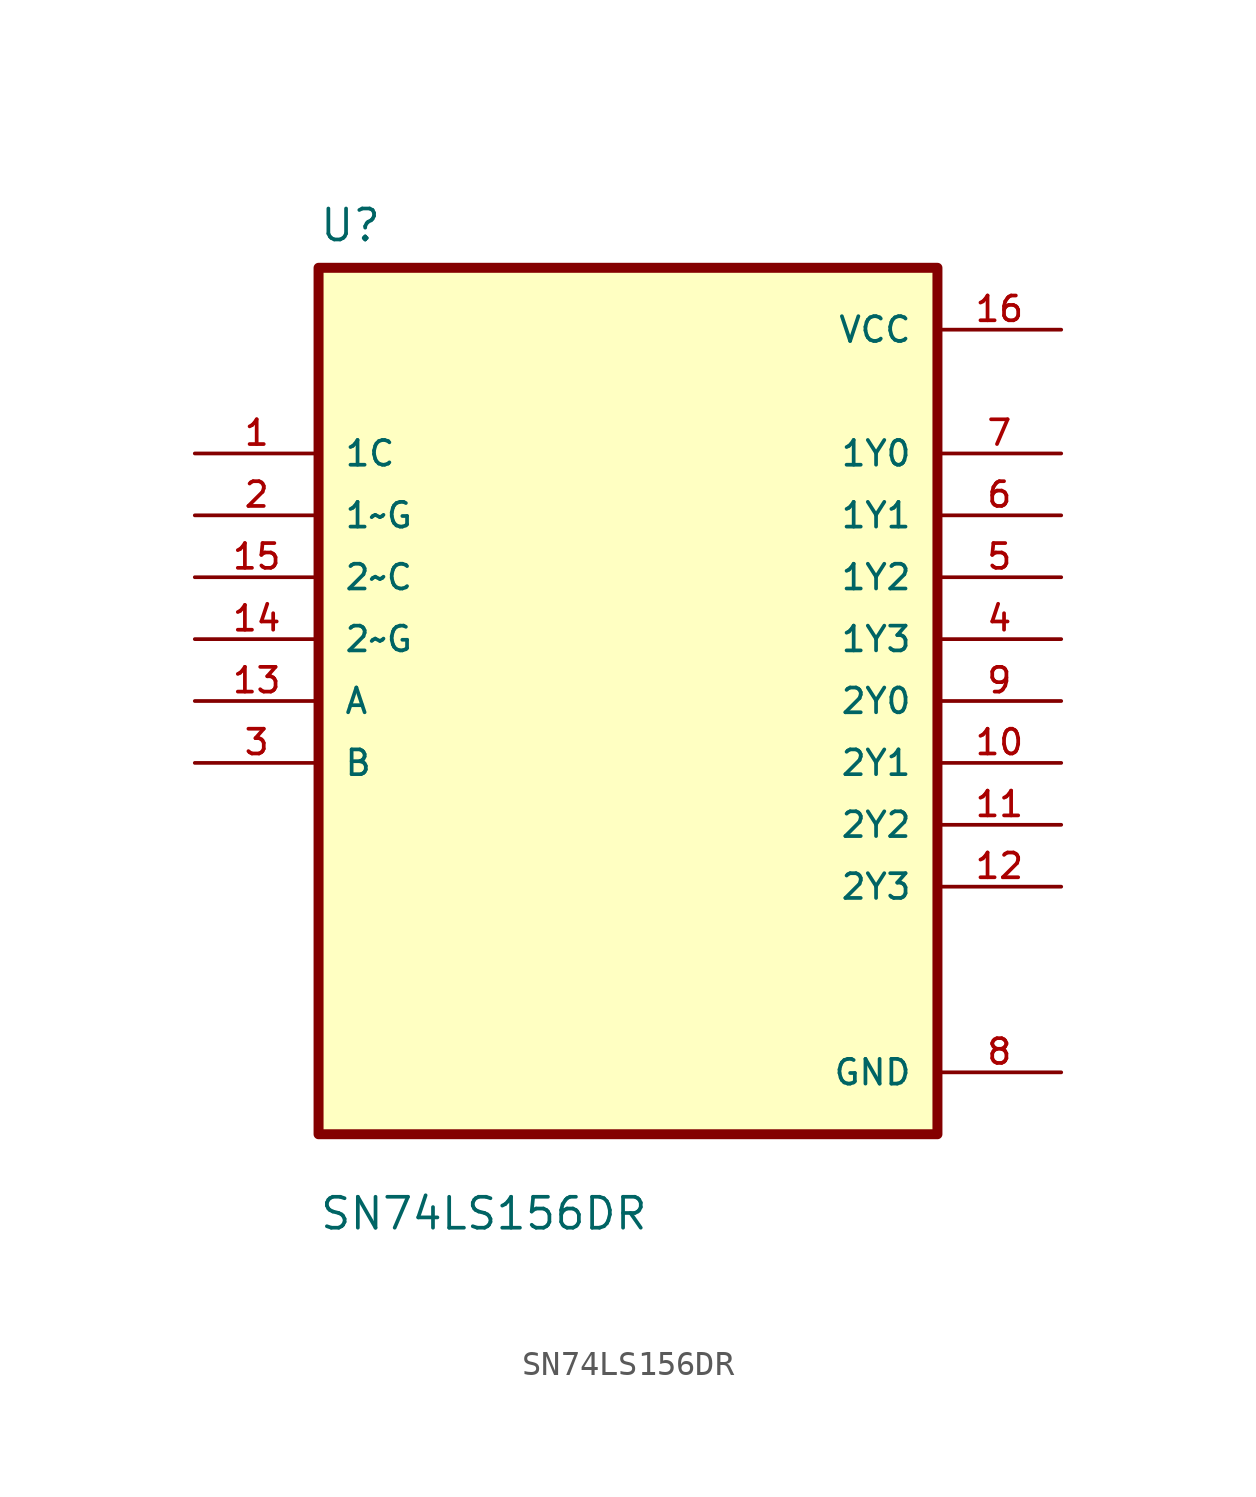
<source format=kicad_sym>
(kicad_symbol_lib
  (version 20211014)
  (generator kicad_symbol_editor)
  (symbol "SN74LS156DR"
    (pin_names
      (offset 1.016))
    (property "Reference" "U"
      (at -12.7 18.78 0.0)
      (effects (font (size 1.27 1.27)) (justify bottom left)))
    (property "Value" "SN74LS156DR"
      (at -12.7 -21.78 0.0)
      (effects (font (size 1.27 1.27)) (justify bottom left)))
    (symbol "SN74LS156DR_0_0"
      (rectangle (start -12.7 -17.78) (end 12.7 17.78) (stroke (width 0.41)) (fill (type background)))
      (pin input line (at -17.78 10.16 0) (length 5.08) (name "1C" (effects (font (size 1.016 1.016)))) (number "1" (effects (font (size 1.016 1.016)))))
      (pin input line (at -17.78 7.62 0) (length 5.08) (name "1~G" (effects (font (size 1.016 1.016)))) (number "2" (effects (font (size 1.016 1.016)))))
      (pin input line (at -17.78 5.08 0) (length 5.08) (name "2~C" (effects (font (size 1.016 1.016)))) (number "15" (effects (font (size 1.016 1.016)))))
      (pin input line (at -17.78 2.54 0) (length 5.08) (name "2~G" (effects (font (size 1.016 1.016)))) (number "14" (effects (font (size 1.016 1.016)))))
      (pin input line (at -17.78 0.0 0) (length 5.08) (name "A" (effects (font (size 1.016 1.016)))) (number "13" (effects (font (size 1.016 1.016)))))
      (pin input line (at -17.78 -2.54 0) (length 5.08) (name "B" (effects (font (size 1.016 1.016)))) (number "3" (effects (font (size 1.016 1.016)))))
      (pin power_in line (at 17.78 15.24 180.0) (length 5.08) (name "VCC" (effects (font (size 1.016 1.016)))) (number "16" (effects (font (size 1.016 1.016)))))
      (pin output line (at 17.78 10.16 180.0) (length 5.08) (name "1Y0" (effects (font (size 1.016 1.016)))) (number "7" (effects (font (size 1.016 1.016)))))
      (pin output line (at 17.78 7.62 180.0) (length 5.08) (name "1Y1" (effects (font (size 1.016 1.016)))) (number "6" (effects (font (size 1.016 1.016)))))
      (pin output line (at 17.78 5.08 180.0) (length 5.08) (name "1Y2" (effects (font (size 1.016 1.016)))) (number "5" (effects (font (size 1.016 1.016)))))
      (pin output line (at 17.78 2.54 180.0) (length 5.08) (name "1Y3" (effects (font (size 1.016 1.016)))) (number "4" (effects (font (size 1.016 1.016)))))
      (pin output line (at 17.78 1.77636e-15 180.0) (length 5.08) (name "2Y0" (effects (font (size 1.016 1.016)))) (number "9" (effects (font (size 1.016 1.016)))))
      (pin output line (at 17.78 -2.54 180.0) (length 5.08) (name "2Y1" (effects (font (size 1.016 1.016)))) (number "10" (effects (font (size 1.016 1.016)))))
      (pin output line (at 17.78 -5.08 180.0) (length 5.08) (name "2Y2" (effects (font (size 1.016 1.016)))) (number "11" (effects (font (size 1.016 1.016)))))
      (pin output line (at 17.78 -7.62 180.0) (length 5.08) (name "2Y3" (effects (font (size 1.016 1.016)))) (number "12" (effects (font (size 1.016 1.016)))))
      (pin power_in line (at 17.78 -15.24 180.0) (length 5.08) (name "GND" (effects (font (size 1.016 1.016)))) (number "8" (effects (font (size 1.016 1.016))))))))
</source>
